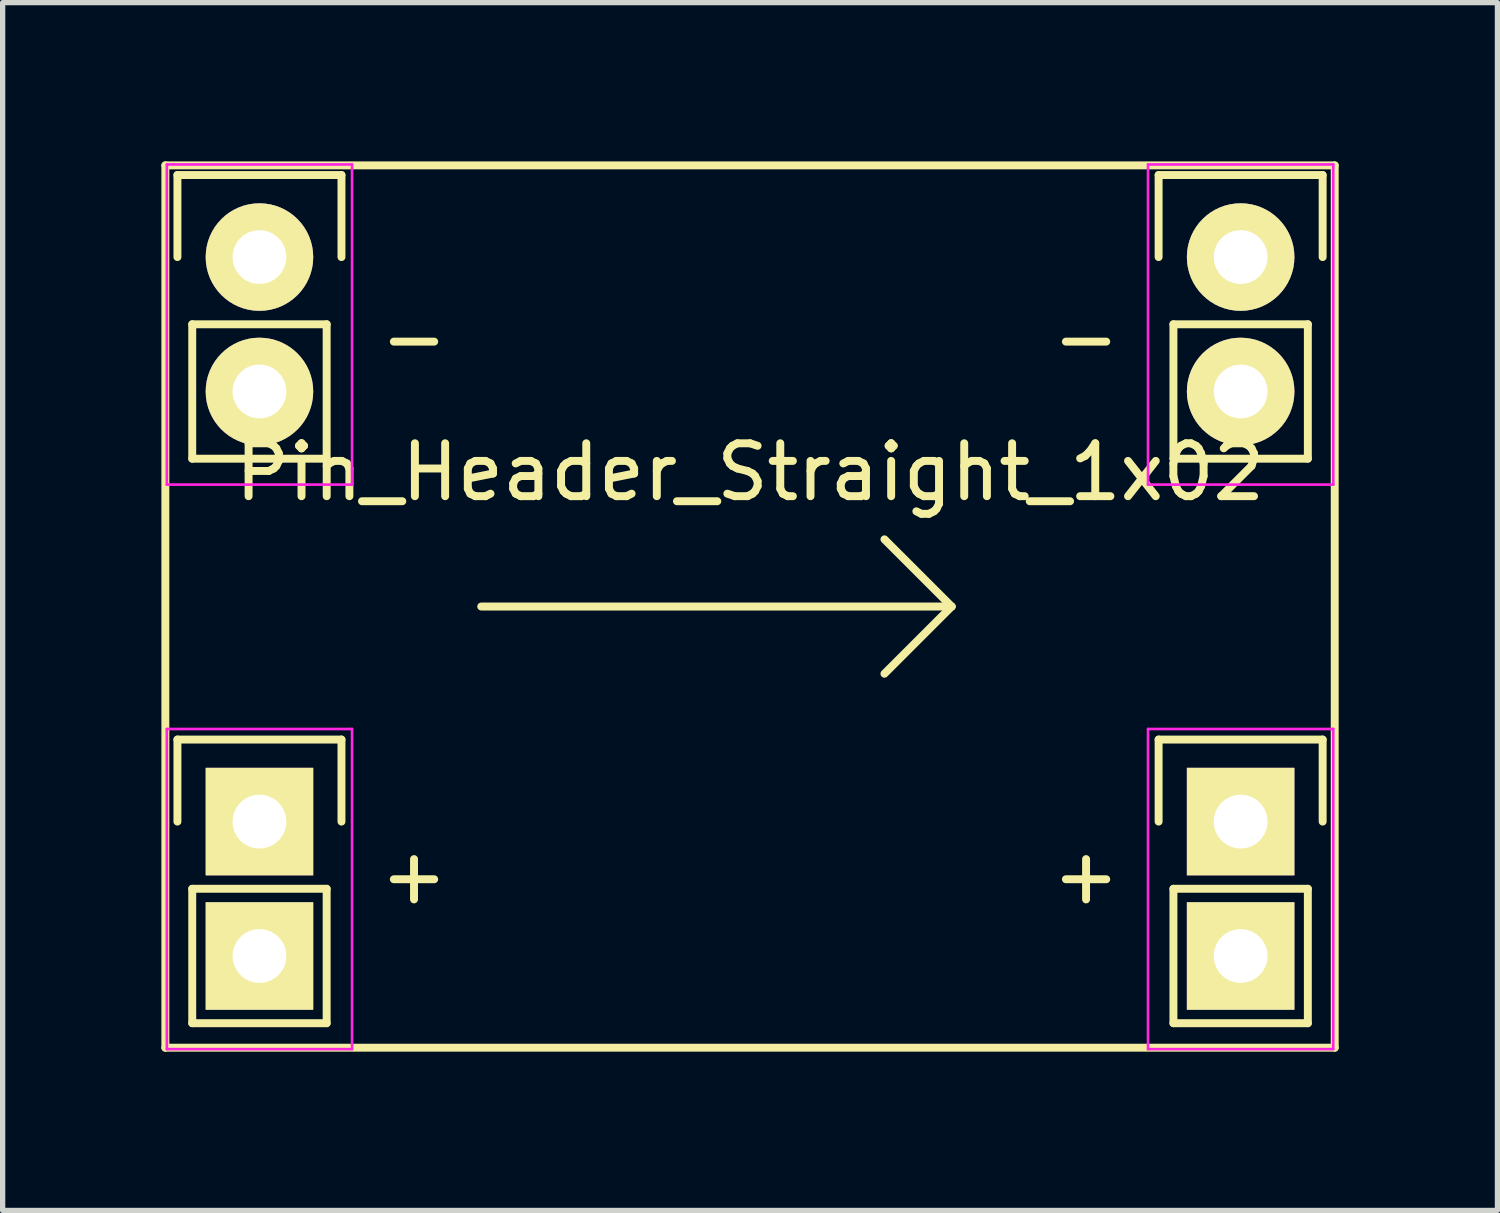
<source format=kicad_pcb>
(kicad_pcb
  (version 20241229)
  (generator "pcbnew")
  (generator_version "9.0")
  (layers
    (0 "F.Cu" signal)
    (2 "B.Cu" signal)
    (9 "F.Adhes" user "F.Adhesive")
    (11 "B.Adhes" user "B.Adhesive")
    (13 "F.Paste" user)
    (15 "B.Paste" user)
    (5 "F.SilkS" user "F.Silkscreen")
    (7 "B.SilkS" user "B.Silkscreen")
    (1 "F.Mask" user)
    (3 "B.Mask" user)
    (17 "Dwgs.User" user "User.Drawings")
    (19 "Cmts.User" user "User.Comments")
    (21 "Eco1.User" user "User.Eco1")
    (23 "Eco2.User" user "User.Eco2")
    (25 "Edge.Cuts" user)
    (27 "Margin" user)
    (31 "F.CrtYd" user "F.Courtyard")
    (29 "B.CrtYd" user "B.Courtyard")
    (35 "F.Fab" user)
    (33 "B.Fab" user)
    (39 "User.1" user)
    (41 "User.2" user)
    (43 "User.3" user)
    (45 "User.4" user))
  (footprint "Pin_Header_Straight_1x02"
    (layer "F.Cu")
    (at 11.124 8.412)
    (property "Reference" "Pin_Header_Straight_1x02" (at 0 -2.54 0) (layer "F.SilkS") (effects (font (size 1 1) (thickness 0.15))))
    (attr through_hole)
    (fp_line (start -11.049 8.337) (end -11.049 -8.337) (stroke (width 0.15) (type solid)) (layer "F.SilkS"))
    (fp_line (start -10.821 -8.154) (end -7.721 -8.154) (stroke (width 0.15) (type solid)) (layer "F.SilkS"))
    (fp_line (start -10.821 -6.604) (end -10.821 -8.154) (stroke (width 0.15) (type solid)) (layer "F.SilkS"))
    (fp_line (start -10.821 2.514) (end -7.721 2.514) (stroke (width 0.15) (type solid)) (layer "F.SilkS"))
    (fp_line (start -10.821 4.064) (end -10.821 2.514) (stroke (width 0.15) (type solid)) (layer "F.SilkS"))
    (fp_line (start -10.541 -5.334) (end -10.541 -2.794) (stroke (width 0.15) (type solid)) (layer "F.SilkS"))
    (fp_line (start -10.541 -2.794) (end -8.001 -2.794) (stroke (width 0.15) (type solid)) (layer "F.SilkS"))
    (fp_line (start -10.541 5.334) (end -10.541 7.874) (stroke (width 0.15) (type solid)) (layer "F.SilkS"))
    (fp_line (start -10.541 7.874) (end -8.001 7.874) (stroke (width 0.15) (type solid)) (layer "F.SilkS"))
    (fp_line (start -8.001 -5.334) (end -10.541 -5.334) (stroke (width 0.15) (type solid)) (layer "F.SilkS"))
    (fp_line (start -8.001 -5.334) (end -8.001 -2.794) (stroke (width 0.15) (type solid)) (layer "F.SilkS"))
    (fp_line (start -8.001 5.334) (end -10.541 5.334) (stroke (width 0.15) (type solid)) (layer "F.SilkS"))
    (fp_line (start -8.001 5.334) (end -8.001 7.874) (stroke (width 0.15) (type solid)) (layer "F.SilkS"))
    (fp_line (start -7.721 -8.154) (end -7.721 -6.604) (stroke (width 0.15) (type solid)) (layer "F.SilkS"))
    (fp_line (start -7.721 2.514) (end -7.721 4.064) (stroke (width 0.15) (type solid)) (layer "F.SilkS"))
    (fp_line (start -5.08 0) (end 3.81 0) (stroke (width 0.15) (type solid)) (layer "F.SilkS"))
    (fp_line (start 2.54 -1.27) (end 3.81 0) (stroke (width 0.15) (type solid)) (layer "F.SilkS"))
    (fp_line (start 3.81 0) (end 2.54 1.27) (stroke (width 0.15) (type solid)) (layer "F.SilkS"))
    (fp_line (start 7.721 -8.154) (end 10.821 -8.154) (stroke (width 0.15) (type solid)) (layer "F.SilkS"))
    (fp_line (start 7.721 -6.604) (end 7.721 -8.154) (stroke (width 0.15) (type solid)) (layer "F.SilkS"))
    (fp_line (start 7.721 2.514) (end 10.821 2.514) (stroke (width 0.15) (type solid)) (layer "F.SilkS"))
    (fp_line (start 7.721 4.064) (end 7.721 2.514) (stroke (width 0.15) (type solid)) (layer "F.SilkS"))
    (fp_line (start 8.001 -5.334) (end 8.001 -2.794) (stroke (width 0.15) (type solid)) (layer "F.SilkS"))
    (fp_line (start 8.001 -2.794) (end 10.541 -2.794) (stroke (width 0.15) (type solid)) (layer "F.SilkS"))
    (fp_line (start 8.001 5.334) (end 8.001 7.874) (stroke (width 0.15) (type solid)) (layer "F.SilkS"))
    (fp_line (start 8.001 7.874) (end 10.541 7.874) (stroke (width 0.15) (type solid)) (layer "F.SilkS"))
    (fp_line (start 10.541 -5.334) (end 8.001 -5.334) (stroke (width 0.15) (type solid)) (layer "F.SilkS"))
    (fp_line (start 10.541 -5.334) (end 10.541 -2.794) (stroke (width 0.15) (type solid)) (layer "F.SilkS"))
    (fp_line (start 10.541 5.334) (end 8.001 5.334) (stroke (width 0.15) (type solid)) (layer "F.SilkS"))
    (fp_line (start 10.541 5.334) (end 10.541 7.874) (stroke (width 0.15) (type solid)) (layer "F.SilkS"))
    (fp_line (start 10.821 -8.154) (end 10.821 -6.604) (stroke (width 0.15) (type solid)) (layer "F.SilkS"))
    (fp_line (start 10.821 2.514) (end 10.821 4.064) (stroke (width 0.15) (type solid)) (layer "F.SilkS"))
    (fp_line (start 11.049 -8.337) (end -11.049 -8.337) (stroke (width 0.15) (type solid)) (layer "F.SilkS"))
    (fp_line (start 11.049 -8.337) (end 11.049 8.337) (stroke (width 0.15) (type solid)) (layer "F.SilkS"))
    (fp_line (start 11.049 8.337) (end -11.049 8.337) (stroke (width 0.15) (type solid)) (layer "F.SilkS"))
    (fp_line (start -11.021 -8.354) (end -11.021 -2.304) (stroke (width 0.05) (type solid)) (layer "F.CrtYd"))
    (fp_line (start -11.021 -8.354) (end -7.521 -8.354) (stroke (width 0.05) (type solid)) (layer "F.CrtYd"))
    (fp_line (start -11.021 -2.304) (end -7.521 -2.304) (stroke (width 0.05) (type solid)) (layer "F.CrtYd"))
    (fp_line (start -11.021 2.314) (end -11.021 8.364) (stroke (width 0.05) (type solid)) (layer "F.CrtYd"))
    (fp_line (start -11.021 2.314) (end -7.521 2.314) (stroke (width 0.05) (type solid)) (layer "F.CrtYd"))
    (fp_line (start -11.021 8.364) (end -7.521 8.364) (stroke (width 0.05) (type solid)) (layer "F.CrtYd"))
    (fp_line (start -7.521 -8.354) (end -7.521 -2.304) (stroke (width 0.05) (type solid)) (layer "F.CrtYd"))
    (fp_line (start -7.521 2.314) (end -7.521 8.364) (stroke (width 0.05) (type solid)) (layer "F.CrtYd"))
    (fp_line (start 7.521 -8.354) (end 7.521 -2.304) (stroke (width 0.05) (type solid)) (layer "F.CrtYd"))
    (fp_line (start 7.521 -8.354) (end 11.021 -8.354) (stroke (width 0.05) (type solid)) (layer "F.CrtYd"))
    (fp_line (start 7.521 -2.304) (end 11.021 -2.304) (stroke (width 0.05) (type solid)) (layer "F.CrtYd"))
    (fp_line (start 7.521 2.314) (end 7.521 8.364) (stroke (width 0.05) (type solid)) (layer "F.CrtYd"))
    (fp_line (start 7.521 2.314) (end 11.021 2.314) (stroke (width 0.05) (type solid)) (layer "F.CrtYd"))
    (fp_line (start 7.521 8.364) (end 11.021 8.364) (stroke (width 0.05) (type solid)) (layer "F.CrtYd"))
    (fp_line (start 11.021 -8.354) (end 11.021 -2.304) (stroke (width 0.05) (type solid)) (layer "F.CrtYd"))
    (fp_line (start 11.021 2.314) (end 11.021 8.364) (stroke (width 0.05) (type solid)) (layer "F.CrtYd"))
    (fp_text user "+" (at -6.35 5.08 0) (layer "F.SilkS") (effects (font (size 1 1) (thickness 0.15))))
    (fp_text user "-" (at -6.35 -5.08 0) (layer "F.SilkS") (effects (font (size 1 1) (thickness 0.15))))
    (fp_text user "-" (at 6.35 -5.08 0) (layer "F.SilkS") (effects (font (size 1 1) (thickness 0.15))))
    (fp_text user "+" (at 6.35 5.08 0) (layer "F.SilkS") (effects (font (size 1 1) (thickness 0.15))))
    (pad "1" thru_hole circle (at -9.271 -6.604) (size 2.032 2.032) (drill 1.016) (layers "*.Cu" "*.Mask" "F.SilkS"))
    (pad "1" thru_hole oval (at -9.271 -4.064) (size 2.032 2.032) (drill 1.016) (layers "*.Cu" "*.Mask" "F.SilkS"))
    (pad "2" thru_hole circle (at 9.271 -6.604) (size 2.032 2.032) (drill 1.016) (layers "*.Cu" "*.Mask" "F.SilkS"))
    (pad "2" thru_hole oval (at 9.271 -4.064) (size 2.032 2.032) (drill 1.016) (layers "*.Cu" "*.Mask" "F.SilkS"))
    (pad "3" thru_hole rect (at 9.271 4.064) (size 2.032 2.032) (drill 1.016) (layers "*.Cu" "*.Mask" "F.SilkS"))
    (pad "3" thru_hole rect (at 9.271 6.604) (size 2.032 2.032) (drill 1.016) (layers "*.Cu" "*.Mask" "F.SilkS"))
    (pad "4" thru_hole rect (at -9.271 4.064) (size 2.032 2.032) (drill 1.016) (layers "*.Cu" "*.Mask" "F.SilkS"))
    (pad "4" thru_hole rect (at -9.271 6.604) (size 2.032 2.032) (drill 1.016) (layers "*.Cu" "*.Mask" "F.SilkS")))
  (gr_rect
    (start -3 -3)
    (end 25.248 19.824)
    (stroke (width 0.1) (type default))
    (fill no)
    (layer "Edge.Cuts")))
</source>
